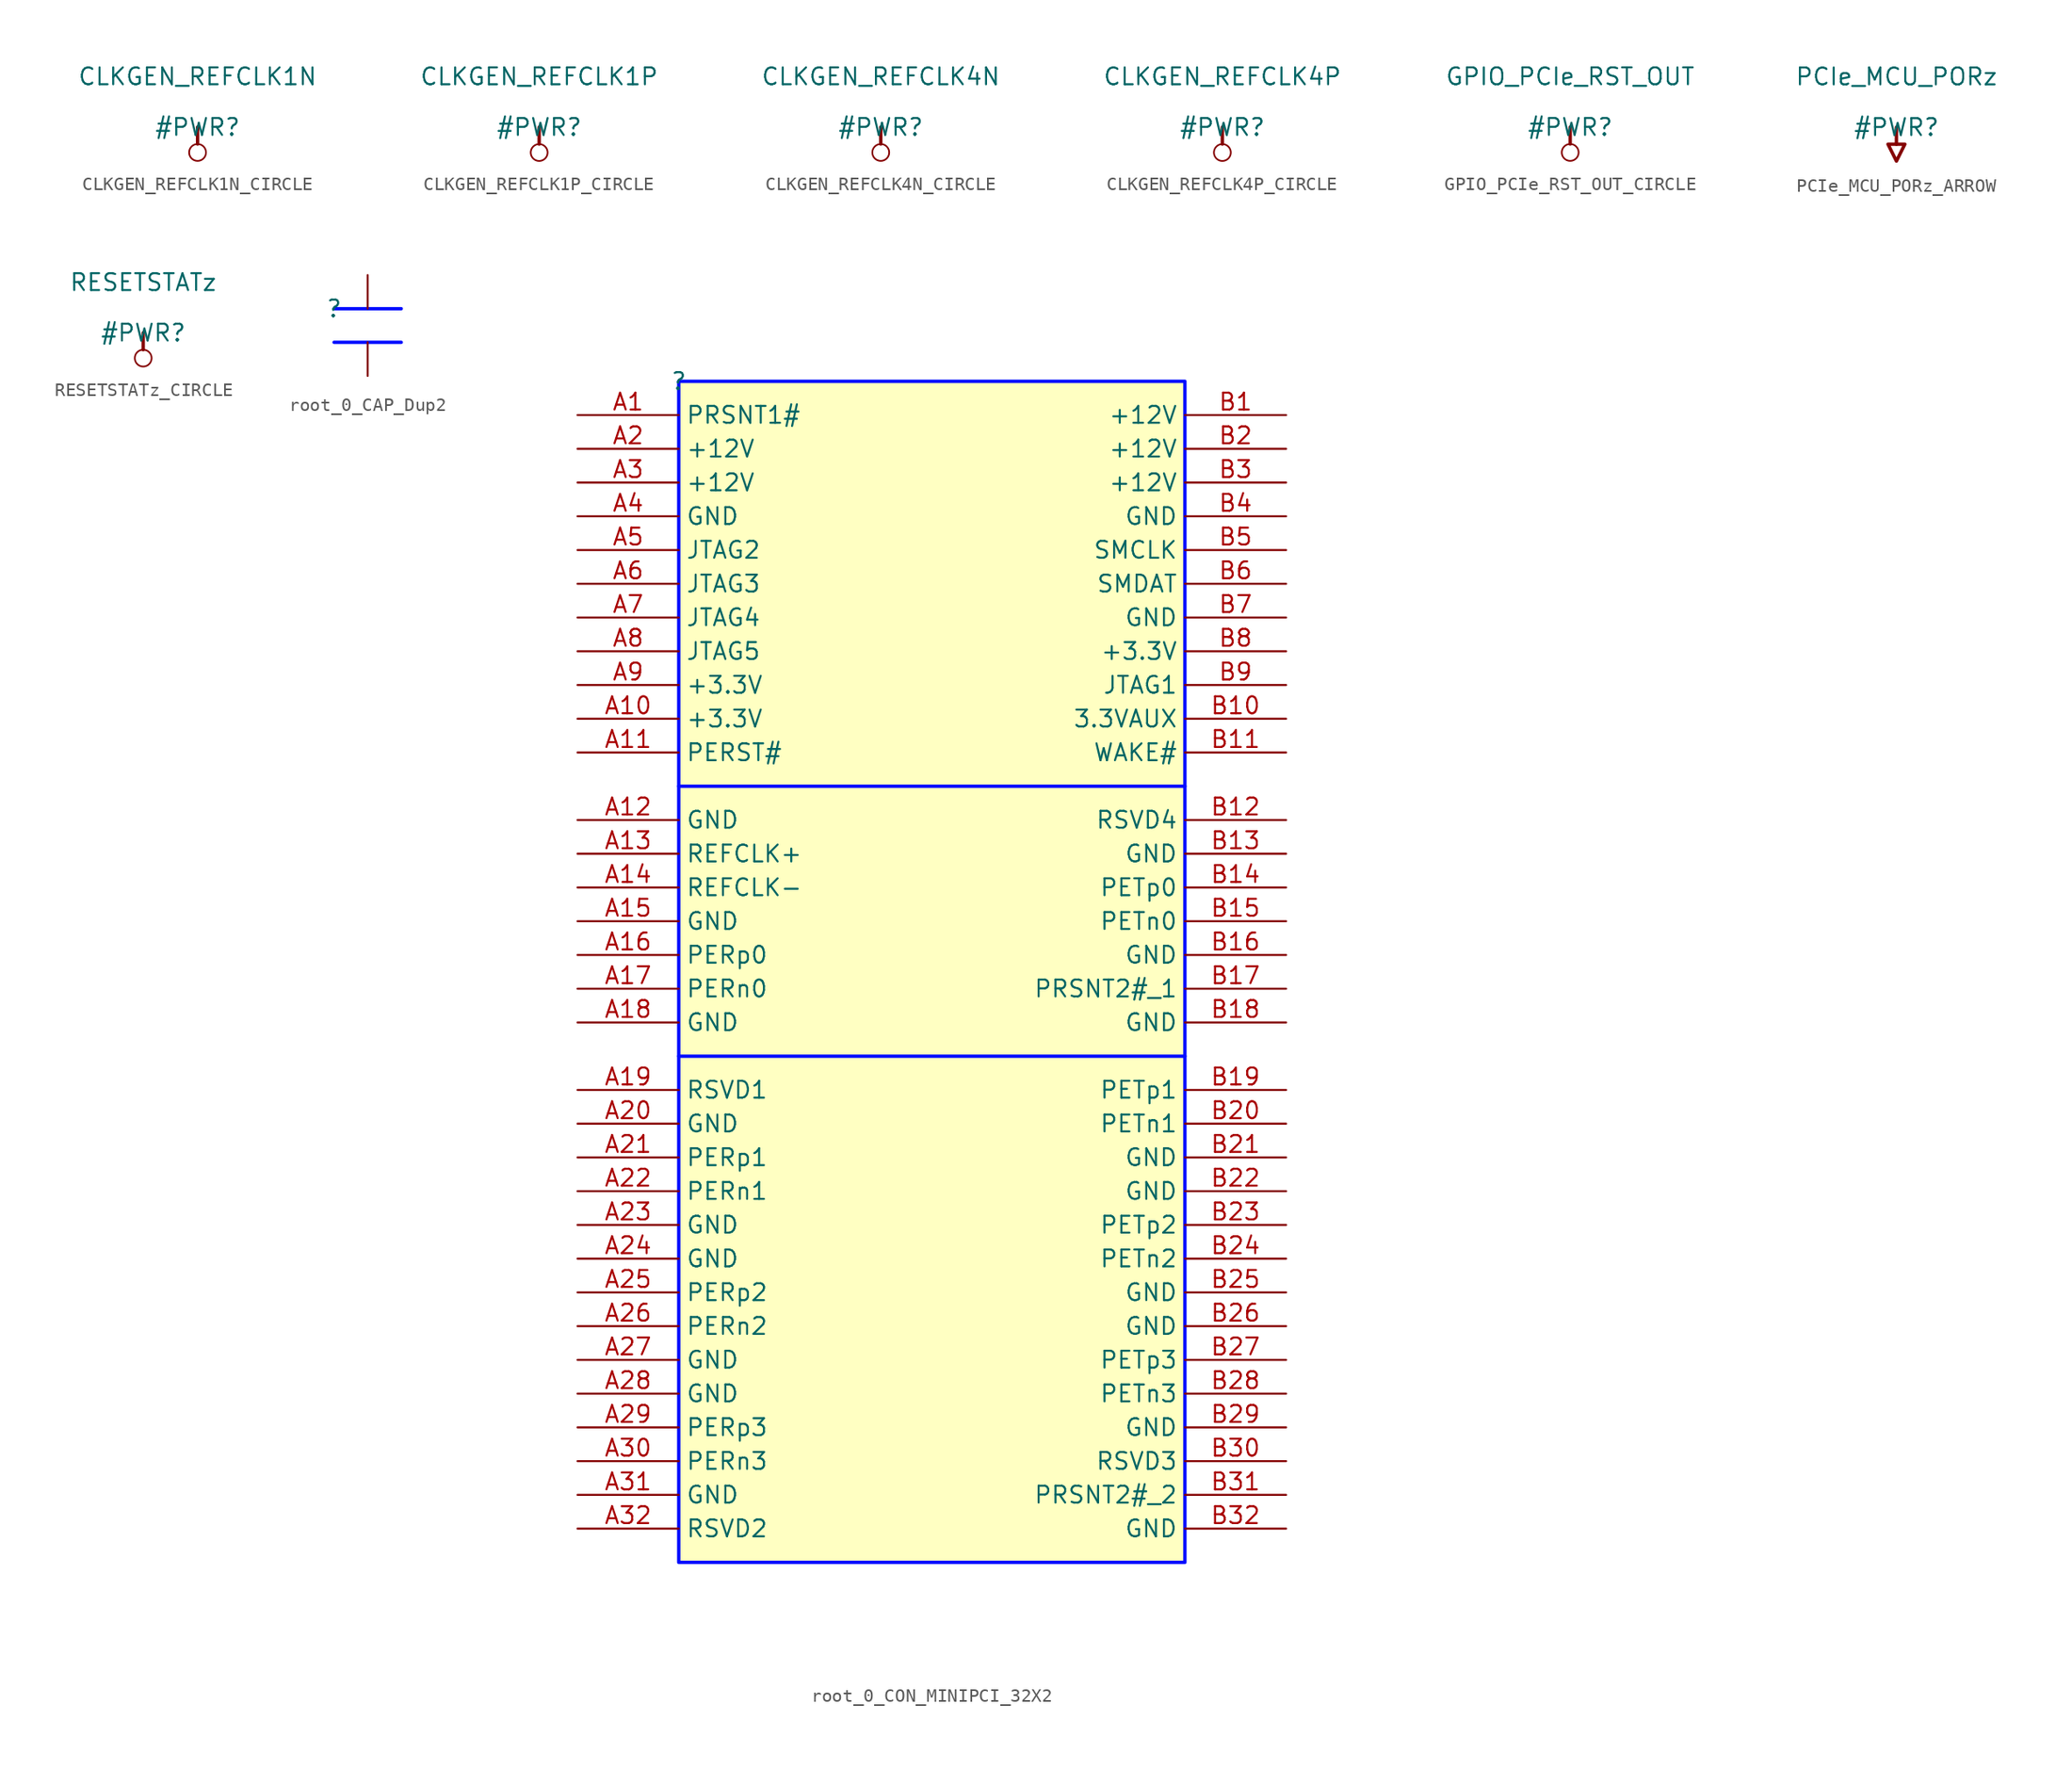
<source format=kicad_sym>
(kicad_symbol_lib
  (version 20231120)
  (generator "kicad_symbol_editor")
  (generator_version "8.0")
  (symbol "CLKGEN_REFCLK1N_CIRCLE"
    (power)
    (property "Reference" "#PWR"
      (at 0 0 0)
      (effects (font (size 1.27 1.27))))
    (property "Value" "CLKGEN_REFCLK1N"
      (at 0 3.81 0)
      (effects (font (size 1.27 1.27))))
    (symbol "CLKGEN_REFCLK1N_CIRCLE_0_0"
      (circle (center 0 -1.905) (radius 0.635) (stroke (width 0.127) (type solid)) (fill (type none)))
      (polyline (pts (xy 0 0) (xy 0 -1.27)) (stroke (width 0.254) (type solid)) (fill (type none)))
      (pin power_in line (at 0 0 0) (length 0) hide (name "CLKGEN_REFCLK1N" (effects (font (size 1.27 1.27)))) (number "" (effects (font (size 1.27 1.27)))))))
  (symbol "CLKGEN_REFCLK1P_CIRCLE"
    (power)
    (property "Reference" "#PWR"
      (at 0 0 0)
      (effects (font (size 1.27 1.27))))
    (property "Value" "CLKGEN_REFCLK1P"
      (at 0 3.81 0)
      (effects (font (size 1.27 1.27))))
    (symbol "CLKGEN_REFCLK1P_CIRCLE_0_0"
      (circle (center 0 -1.905) (radius 0.635) (stroke (width 0.127) (type solid)) (fill (type none)))
      (polyline (pts (xy 0 0) (xy 0 -1.27)) (stroke (width 0.254) (type solid)) (fill (type none)))
      (pin power_in line (at 0 0 0) (length 0) hide (name "CLKGEN_REFCLK1P" (effects (font (size 1.27 1.27)))) (number "" (effects (font (size 1.27 1.27)))))))
  (symbol "CLKGEN_REFCLK4N_CIRCLE"
    (power)
    (property "Reference" "#PWR"
      (at 0 0 0)
      (effects (font (size 1.27 1.27))))
    (property "Value" "CLKGEN_REFCLK4N"
      (at 0 3.81 0)
      (effects (font (size 1.27 1.27))))
    (symbol "CLKGEN_REFCLK4N_CIRCLE_0_0"
      (circle (center 0 -1.905) (radius 0.635) (stroke (width 0.127) (type solid)) (fill (type none)))
      (polyline (pts (xy 0 0) (xy 0 -1.27)) (stroke (width 0.254) (type solid)) (fill (type none)))
      (pin power_in line (at 0 0 0) (length 0) hide (name "CLKGEN_REFCLK4N" (effects (font (size 1.27 1.27)))) (number "" (effects (font (size 1.27 1.27)))))))
  (symbol "CLKGEN_REFCLK4P_CIRCLE"
    (power)
    (property "Reference" "#PWR"
      (at 0 0 0)
      (effects (font (size 1.27 1.27))))
    (property "Value" "CLKGEN_REFCLK4P"
      (at 0 3.81 0)
      (effects (font (size 1.27 1.27))))
    (symbol "CLKGEN_REFCLK4P_CIRCLE_0_0"
      (circle (center 0 -1.905) (radius 0.635) (stroke (width 0.127) (type solid)) (fill (type none)))
      (polyline (pts (xy 0 0) (xy 0 -1.27)) (stroke (width 0.254) (type solid)) (fill (type none)))
      (pin power_in line (at 0 0 0) (length 0) hide (name "CLKGEN_REFCLK4P" (effects (font (size 1.27 1.27)))) (number "" (effects (font (size 1.27 1.27)))))))
  (symbol "GPIO_PCIe_RST_OUT_CIRCLE"
    (power)
    (property "Reference" "#PWR"
      (at 0 0 0)
      (effects (font (size 1.27 1.27))))
    (property "Value" "GPIO_PCIe_RST_OUT"
      (at 0 3.81 0)
      (effects (font (size 1.27 1.27))))
    (symbol "GPIO_PCIe_RST_OUT_CIRCLE_0_0"
      (circle (center 0 -1.905) (radius 0.635) (stroke (width 0.127) (type solid)) (fill (type none)))
      (polyline (pts (xy 0 0) (xy 0 -1.27)) (stroke (width 0.254) (type solid)) (fill (type none)))
      (pin power_in line (at 0 0 0) (length 0) hide (name "GPIO_PCIe_RST_OUT" (effects (font (size 1.27 1.27)))) (number "" (effects (font (size 1.27 1.27)))))))
  (symbol "PCIe_MCU_PORz_ARROW"
    (power)
    (property "Reference" "#PWR"
      (at 0 0 0)
      (effects (font (size 1.27 1.27))))
    (property "Value" "PCIe_MCU_PORz"
      (at 0 3.81 0)
      (effects (font (size 1.27 1.27))))
    (symbol "PCIe_MCU_PORz_ARROW_0_0"
      (polyline (pts (xy 0 0) (xy 0 -1.27)) (stroke (width 0.254) (type solid)) (fill (type none)))
      (polyline (pts (xy -0.635 -1.27) (xy 0.635 -1.27) (xy 0 -2.54) (xy -0.635 -1.27)) (stroke (width 0.254) (type solid)) (fill (type none)))
      (pin power_in line (at 0 0 0) (length 0) hide (name "PCIe_MCU_PORz" (effects (font (size 1.27 1.27)))) (number "" (effects (font (size 1.27 1.27)))))))
  (symbol "RESETSTATz_CIRCLE"
    (power)
    (property "Reference" "#PWR"
      (at 0 0 0)
      (effects (font (size 1.27 1.27))))
    (property "Value" "RESETSTATz"
      (at 0 3.81 0)
      (effects (font (size 1.27 1.27))))
    (symbol "RESETSTATz_CIRCLE_0_0"
      (circle (center 0 -1.905) (radius 0.635) (stroke (width 0.127) (type solid)) (fill (type none)))
      (polyline (pts (xy 0 0) (xy 0 -1.27)) (stroke (width 0.254) (type solid)) (fill (type none)))
      (pin power_in line (at 0 0 0) (length 0) hide (name "RESETSTATz" (effects (font (size 1.27 1.27)))) (number "" (effects (font (size 1.27 1.27)))))))
  (symbol "root_0_CAP_Dup2"
    (property "Reference" ""
      (at 0 0 0)
      (effects (font (size 1.27 1.27))))
    (property "Value" ""
      (at 0 0 0)
      (effects (font (size 1.27 1.27))))
    (symbol "root_0_CAP_Dup2_1_0"
      (polyline (pts (xy 0 -2.54) (xy 5.08 -2.54)) (stroke (width 0.254) (type solid) (color 0 11 255 1)) (fill (type none)))
      (polyline (pts (xy 0 0) (xy 5.08 0)) (stroke (width 0.254) (type solid) (color 0 11 255 1)) (fill (type none)))
      (pin passive line (at 2.54 2.54 270) (length 2.54) (name "1" (effects (font (size 0 0)))) (number "1" (effects (font (size 0 0)))))
      (pin passive line (at 2.54 -5.08 90) (length 2.54) (name "2" (effects (font (size 0 0)))) (number "2" (effects (font (size 0 0)))))))
  (symbol "root_0_CON_MINIPCI_32X2"
    (property "Reference" ""
      (at 0 0 0)
      (effects (font (size 1.27 1.27))))
    (property "Value" ""
      (at 0 0 0)
      (effects (font (size 1.27 1.27))))
    (symbol "root_0_CON_MINIPCI_32X2_1_0"
      (polyline (pts (xy 0 -50.8) (xy 38.1 -50.8)) (stroke (width 0.254) (type solid) (color 0 11 255 1)) (fill (type none)))
      (polyline (pts (xy 0 -30.48) (xy 38.1 -30.48)) (stroke (width 0.254) (type solid) (color 0 11 255 1)) (fill (type none)))
      (rectangle (start 38.1 0) (end 0 -88.9) (stroke (width 0.254) (type solid) (color 0 11 255 1)) (fill (type background)))
      (pin passive line (at -7.62 -2.54 0) (length 7.62) (name "PRSNT1#" (effects (font (size 1.27 1.27)))) (number "A1" (effects (font (size 1.27 1.27)))))
      (pin power_in line (at -7.62 -25.4 0) (length 7.62) (name "+3.3V" (effects (font (size 1.27 1.27)))) (number "A10" (effects (font (size 1.27 1.27)))))
      (pin passive line (at -7.62 -27.94 0) (length 7.62) (name "PERST#" (effects (font (size 1.27 1.27)))) (number "A11" (effects (font (size 1.27 1.27)))))
      (pin power_in line (at -7.62 -33.02 0) (length 7.62) (name "GND" (effects (font (size 1.27 1.27)))) (number "A12" (effects (font (size 1.27 1.27)))))
      (pin passive line (at -7.62 -35.56 0) (length 7.62) (name "REFCLK+" (effects (font (size 1.27 1.27)))) (number "A13" (effects (font (size 1.27 1.27)))))
      (pin passive line (at -7.62 -38.1 0) (length 7.62) (name "REFCLK-" (effects (font (size 1.27 1.27)))) (number "A14" (effects (font (size 1.27 1.27)))))
      (pin power_in line (at -7.62 -40.64 0) (length 7.62) (name "GND" (effects (font (size 1.27 1.27)))) (number "A15" (effects (font (size 1.27 1.27)))))
      (pin passive line (at -7.62 -43.18 0) (length 7.62) (name "PERp0" (effects (font (size 1.27 1.27)))) (number "A16" (effects (font (size 1.27 1.27)))))
      (pin passive line (at -7.62 -45.72 0) (length 7.62) (name "PERn0" (effects (font (size 1.27 1.27)))) (number "A17" (effects (font (size 1.27 1.27)))))
      (pin power_in line (at -7.62 -48.26 0) (length 7.62) (name "GND" (effects (font (size 1.27 1.27)))) (number "A18" (effects (font (size 1.27 1.27)))))
      (pin passive line (at -7.62 -53.34 0) (length 7.62) (name "RSVD1" (effects (font (size 1.27 1.27)))) (number "A19" (effects (font (size 1.27 1.27)))))
      (pin power_in line (at -7.62 -5.08 0) (length 7.62) (name "+12V" (effects (font (size 1.27 1.27)))) (number "A2" (effects (font (size 1.27 1.27)))))
      (pin power_in line (at -7.62 -55.88 0) (length 7.62) (name "GND" (effects (font (size 1.27 1.27)))) (number "A20" (effects (font (size 1.27 1.27)))))
      (pin passive line (at -7.62 -58.42 0) (length 7.62) (name "PERp1" (effects (font (size 1.27 1.27)))) (number "A21" (effects (font (size 1.27 1.27)))))
      (pin passive line (at -7.62 -60.96 0) (length 7.62) (name "PERn1" (effects (font (size 1.27 1.27)))) (number "A22" (effects (font (size 1.27 1.27)))))
      (pin power_in line (at -7.62 -63.5 0) (length 7.62) (name "GND" (effects (font (size 1.27 1.27)))) (number "A23" (effects (font (size 1.27 1.27)))))
      (pin power_in line (at -7.62 -66.04 0) (length 7.62) (name "GND" (effects (font (size 1.27 1.27)))) (number "A24" (effects (font (size 1.27 1.27)))))
      (pin passive line (at -7.62 -68.58 0) (length 7.62) (name "PERp2" (effects (font (size 1.27 1.27)))) (number "A25" (effects (font (size 1.27 1.27)))))
      (pin passive line (at -7.62 -71.12 0) (length 7.62) (name "PERn2" (effects (font (size 1.27 1.27)))) (number "A26" (effects (font (size 1.27 1.27)))))
      (pin power_in line (at -7.62 -73.66 0) (length 7.62) (name "GND" (effects (font (size 1.27 1.27)))) (number "A27" (effects (font (size 1.27 1.27)))))
      (pin power_in line (at -7.62 -76.2 0) (length 7.62) (name "GND" (effects (font (size 1.27 1.27)))) (number "A28" (effects (font (size 1.27 1.27)))))
      (pin passive line (at -7.62 -78.74 0) (length 7.62) (name "PERp3" (effects (font (size 1.27 1.27)))) (number "A29" (effects (font (size 1.27 1.27)))))
      (pin power_in line (at -7.62 -7.62 0) (length 7.62) (name "+12V" (effects (font (size 1.27 1.27)))) (number "A3" (effects (font (size 1.27 1.27)))))
      (pin passive line (at -7.62 -81.28 0) (length 7.62) (name "PERn3" (effects (font (size 1.27 1.27)))) (number "A30" (effects (font (size 1.27 1.27)))))
      (pin power_in line (at -7.62 -83.82 0) (length 7.62) (name "GND" (effects (font (size 1.27 1.27)))) (number "A31" (effects (font (size 1.27 1.27)))))
      (pin passive line (at -7.62 -86.36 0) (length 7.62) (name "RSVD2" (effects (font (size 1.27 1.27)))) (number "A32" (effects (font (size 1.27 1.27)))))
      (pin power_in line (at -7.62 -10.16 0) (length 7.62) (name "GND" (effects (font (size 1.27 1.27)))) (number "A4" (effects (font (size 1.27 1.27)))))
      (pin passive line (at -7.62 -12.7 0) (length 7.62) (name "JTAG2" (effects (font (size 1.27 1.27)))) (number "A5" (effects (font (size 1.27 1.27)))))
      (pin passive line (at -7.62 -15.24 0) (length 7.62) (name "JTAG3" (effects (font (size 1.27 1.27)))) (number "A6" (effects (font (size 1.27 1.27)))))
      (pin passive line (at -7.62 -17.78 0) (length 7.62) (name "JTAG4" (effects (font (size 1.27 1.27)))) (number "A7" (effects (font (size 1.27 1.27)))))
      (pin passive line (at -7.62 -20.32 0) (length 7.62) (name "JTAG5" (effects (font (size 1.27 1.27)))) (number "A8" (effects (font (size 1.27 1.27)))))
      (pin power_in line (at -7.62 -22.86 0) (length 7.62) (name "+3.3V" (effects (font (size 1.27 1.27)))) (number "A9" (effects (font (size 1.27 1.27)))))
      (pin power_in line (at 45.72 -2.54 180) (length 7.62) (name "+12V" (effects (font (size 1.27 1.27)))) (number "B1" (effects (font (size 1.27 1.27)))))
      (pin passive line (at 45.72 -25.4 180) (length 7.62) (name "3.3VAUX" (effects (font (size 1.27 1.27)))) (number "B10" (effects (font (size 1.27 1.27)))))
      (pin passive line (at 45.72 -27.94 180) (length 7.62) (name "WAKE#" (effects (font (size 1.27 1.27)))) (number "B11" (effects (font (size 1.27 1.27)))))
      (pin passive line (at 45.72 -33.02 180) (length 7.62) (name "RSVD4" (effects (font (size 1.27 1.27)))) (number "B12" (effects (font (size 1.27 1.27)))))
      (pin power_in line (at 45.72 -35.56 180) (length 7.62) (name "GND" (effects (font (size 1.27 1.27)))) (number "B13" (effects (font (size 1.27 1.27)))))
      (pin passive line (at 45.72 -38.1 180) (length 7.62) (name "PETp0" (effects (font (size 1.27 1.27)))) (number "B14" (effects (font (size 1.27 1.27)))))
      (pin passive line (at 45.72 -40.64 180) (length 7.62) (name "PETn0" (effects (font (size 1.27 1.27)))) (number "B15" (effects (font (size 1.27 1.27)))))
      (pin power_in line (at 45.72 -43.18 180) (length 7.62) (name "GND" (effects (font (size 1.27 1.27)))) (number "B16" (effects (font (size 1.27 1.27)))))
      (pin passive line (at 45.72 -45.72 180) (length 7.62) (name "PRSNT2#_1" (effects (font (size 1.27 1.27)))) (number "B17" (effects (font (size 1.27 1.27)))))
      (pin power_in line (at 45.72 -48.26 180) (length 7.62) (name "GND" (effects (font (size 1.27 1.27)))) (number "B18" (effects (font (size 1.27 1.27)))))
      (pin passive line (at 45.72 -53.34 180) (length 7.62) (name "PETp1" (effects (font (size 1.27 1.27)))) (number "B19" (effects (font (size 1.27 1.27)))))
      (pin power_in line (at 45.72 -5.08 180) (length 7.62) (name "+12V" (effects (font (size 1.27 1.27)))) (number "B2" (effects (font (size 1.27 1.27)))))
      (pin passive line (at 45.72 -55.88 180) (length 7.62) (name "PETn1" (effects (font (size 1.27 1.27)))) (number "B20" (effects (font (size 1.27 1.27)))))
      (pin power_in line (at 45.72 -58.42 180) (length 7.62) (name "GND" (effects (font (size 1.27 1.27)))) (number "B21" (effects (font (size 1.27 1.27)))))
      (pin power_in line (at 45.72 -60.96 180) (length 7.62) (name "GND" (effects (font (size 1.27 1.27)))) (number "B22" (effects (font (size 1.27 1.27)))))
      (pin passive line (at 45.72 -63.5 180) (length 7.62) (name "PETp2" (effects (font (size 1.27 1.27)))) (number "B23" (effects (font (size 1.27 1.27)))))
      (pin passive line (at 45.72 -66.04 180) (length 7.62) (name "PETn2" (effects (font (size 1.27 1.27)))) (number "B24" (effects (font (size 1.27 1.27)))))
      (pin power_in line (at 45.72 -68.58 180) (length 7.62) (name "GND" (effects (font (size 1.27 1.27)))) (number "B25" (effects (font (size 1.27 1.27)))))
      (pin power_in line (at 45.72 -71.12 180) (length 7.62) (name "GND" (effects (font (size 1.27 1.27)))) (number "B26" (effects (font (size 1.27 1.27)))))
      (pin passive line (at 45.72 -73.66 180) (length 7.62) (name "PETp3" (effects (font (size 1.27 1.27)))) (number "B27" (effects (font (size 1.27 1.27)))))
      (pin passive line (at 45.72 -76.2 180) (length 7.62) (name "PETn3" (effects (font (size 1.27 1.27)))) (number "B28" (effects (font (size 1.27 1.27)))))
      (pin power_in line (at 45.72 -78.74 180) (length 7.62) (name "GND" (effects (font (size 1.27 1.27)))) (number "B29" (effects (font (size 1.27 1.27)))))
      (pin power_in line (at 45.72 -7.62 180) (length 7.62) (name "+12V" (effects (font (size 1.27 1.27)))) (number "B3" (effects (font (size 1.27 1.27)))))
      (pin passive line (at 45.72 -81.28 180) (length 7.62) (name "RSVD3" (effects (font (size 1.27 1.27)))) (number "B30" (effects (font (size 1.27 1.27)))))
      (pin passive line (at 45.72 -83.82 180) (length 7.62) (name "PRSNT2#_2" (effects (font (size 1.27 1.27)))) (number "B31" (effects (font (size 1.27 1.27)))))
      (pin power_in line (at 45.72 -86.36 180) (length 7.62) (name "GND" (effects (font (size 1.27 1.27)))) (number "B32" (effects (font (size 1.27 1.27)))))
      (pin power_in line (at 45.72 -10.16 180) (length 7.62) (name "GND" (effects (font (size 1.27 1.27)))) (number "B4" (effects (font (size 1.27 1.27)))))
      (pin passive line (at 45.72 -12.7 180) (length 7.62) (name "SMCLK" (effects (font (size 1.27 1.27)))) (number "B5" (effects (font (size 1.27 1.27)))))
      (pin passive line (at 45.72 -15.24 180) (length 7.62) (name "SMDAT" (effects (font (size 1.27 1.27)))) (number "B6" (effects (font (size 1.27 1.27)))))
      (pin power_in line (at 45.72 -17.78 180) (length 7.62) (name "GND" (effects (font (size 1.27 1.27)))) (number "B7" (effects (font (size 1.27 1.27)))))
      (pin power_in line (at 45.72 -20.32 180) (length 7.62) (name "+3.3V" (effects (font (size 1.27 1.27)))) (number "B8" (effects (font (size 1.27 1.27)))))
      (pin passive line (at 45.72 -22.86 180) (length 7.62) (name "JTAG1" (effects (font (size 1.27 1.27)))) (number "B9" (effects (font (size 1.27 1.27))))))))
</source>
